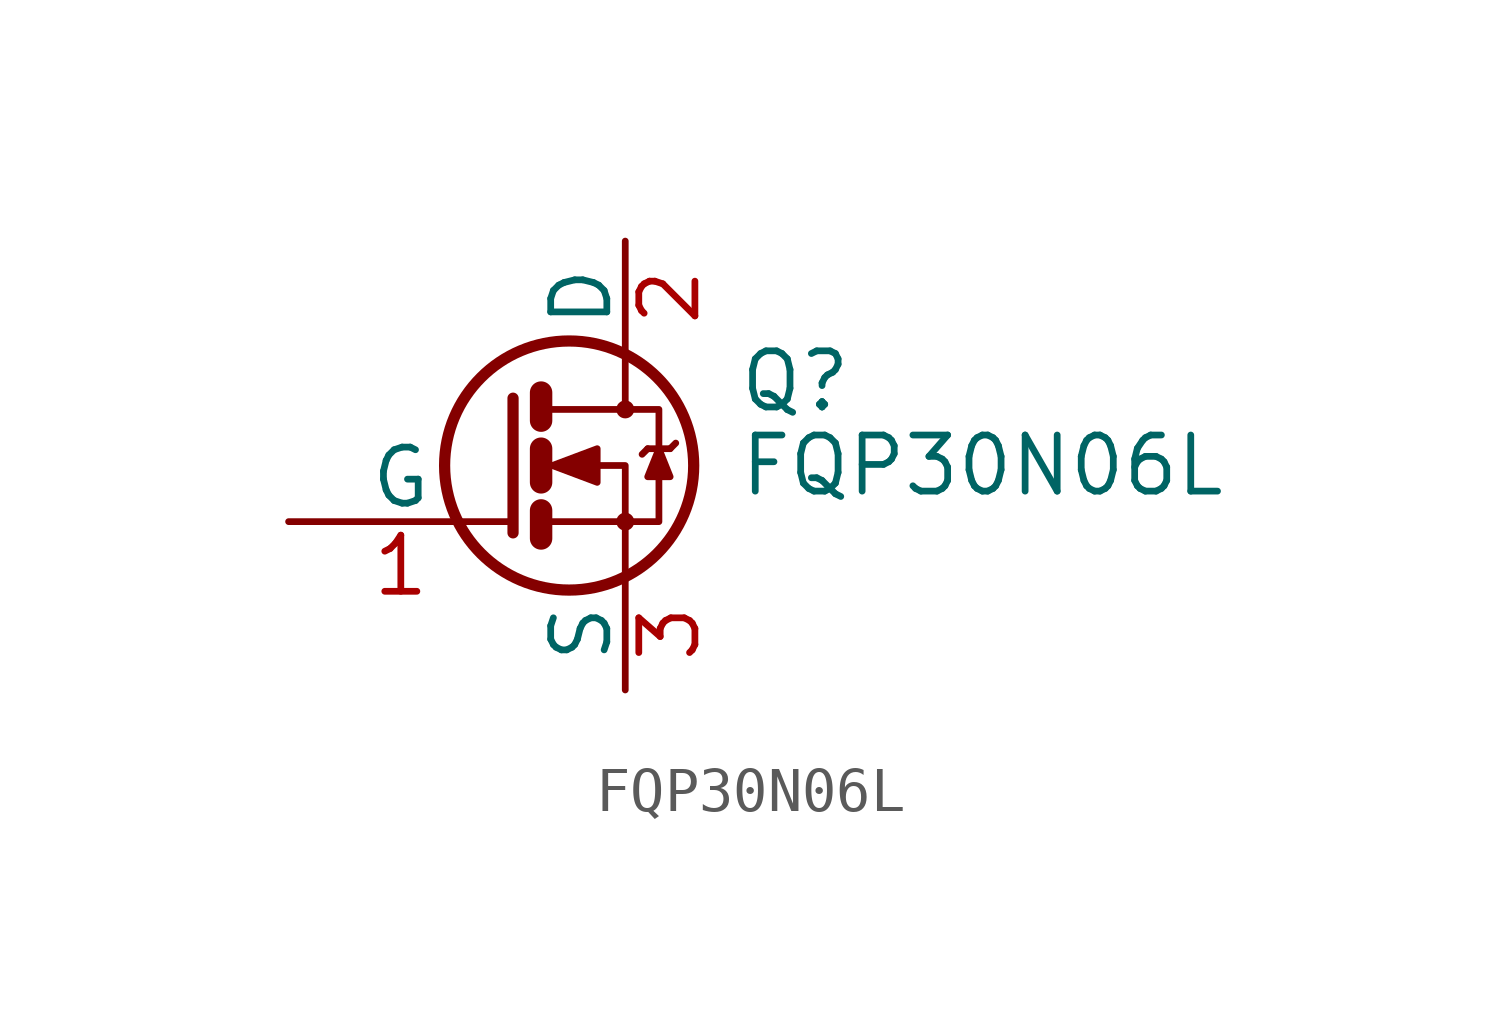
<source format=kicad_sym>
(kicad_symbol_lib
  (version 20211014)
  (generator kicad_symbol_editor)
  (symbol "FQP30N06L"
    (pin_names
      (offset 0))
    (property "Reference" "Q"
      (at 5.08 1.905 0)
      (effects (font (size 1.27 1.27)) (justify left)))
    (property "Value" "FQP30N06L"
      (at 5.08 0 0)
      (effects (font (size 1.27 1.27)) (justify left)))
    (symbol "FQP30N06L_0_1"
      (polyline (pts (xy 0.635 -1.016) (xy 0.635 -1.651)) (stroke (width 0.508) (type default) (color 0 0 0 0)) (fill (type none)))
      (polyline (pts (xy 0.635 0.381) (xy 0.635 -0.381)) (stroke (width 0.508) (type default) (color 0 0 0 0)) (fill (type none)))
      (polyline (pts (xy 0.635 1.651) (xy 0.635 1.016)) (stroke (width 0.508) (type default) (color 0 0 0 0)) (fill (type none)))
      (polyline (pts (xy 3.048 0.381) (xy 2.921 0.254)) (stroke (width 0) (type default) (color 0 0 0 0)) (fill (type none)))
      (polyline (pts (xy 3.048 0.381) (xy 3.556 0.381)) (stroke (width 0) (type default) (color 0 0 0 0)) (fill (type none)))
      (polyline (pts (xy 3.556 0.381) (xy 3.683 0.508)) (stroke (width 0) (type default) (color 0 0 0 0)) (fill (type none)))
      (polyline (pts (xy 0 1.524) (xy 0 -1.524) (xy 0 -1.524)) (stroke (width 0.254) (type default) (color 0 0 0 0)) (fill (type none)))
      (polyline (pts (xy 0.762 -1.27) (xy 2.54 -1.27) (xy 2.54 -2.54) (xy 2.54 -2.54)) (stroke (width 0) (type default) (color 0 0 0 0)) (fill (type none)))
      (polyline (pts (xy 0.762 1.27) (xy 2.54 1.27) (xy 2.54 2.54) (xy 2.54 2.54)) (stroke (width 0) (type default) (color 0 0 0 0)) (fill (type none)))
      (polyline (pts (xy 2.54 1.27) (xy 3.302 1.27) (xy 3.302 -1.27) (xy 2.54 -1.27)) (stroke (width 0) (type default) (color 0 0 0 0)) (fill (type none)))
      (polyline (pts (xy 3.302 0.381) (xy 3.048 -0.254) (xy 3.556 -0.254) (xy 3.302 0.381)) (stroke (width 0) (type default) (color 0 0 0 0)) (fill (type outline)))
      (polyline (pts (xy 0.762 0) (xy 1.27 0) (xy 2.54 0) (xy 2.54 -1.27) (xy 2.54 -1.27)) (stroke (width 0) (type default) (color 0 0 0 0)) (fill (type none)))
      (polyline (pts (xy 0.889 0) (xy 1.905 0.381) (xy 1.905 -0.381) (xy 0.889 0) (xy 1.016 0) (xy 1.016 0)) (stroke (width 0) (type default) (color 0 0 0 0)) (fill (type outline)))
      (circle (center 1.27 0) (radius 2.819) (stroke (width 0.254) (type default) (color 0 0 0 0)) (fill (type none)))
      (circle (center 2.54 -1.27) (radius 0.127) (stroke (width 0) (type default) (color 0 0 0 0)) (fill (type none)))
      (circle (center 2.54 1.27) (radius 0.127) (stroke (width 0) (type default) (color 0 0 0 0)) (fill (type none))))
    (symbol "FQP30N06L_1_1"
      (pin passive line (at -5.08 -1.27 0) (length 5.08) (name "G" (effects (font (size 1.27 1.27)))) (number "1" (effects (font (size 1.27 1.27)))))
      (pin passive line (at 2.54 5.08 270) (length 2.54) (name "D" (effects (font (size 1.27 1.27)))) (number "2" (effects (font (size 1.27 1.27)))))
      (pin passive line (at 2.54 -5.08 90) (length 2.54) (name "S" (effects (font (size 1.27 1.27)))) (number "3" (effects (font (size 1.27 1.27))))))))
</source>
